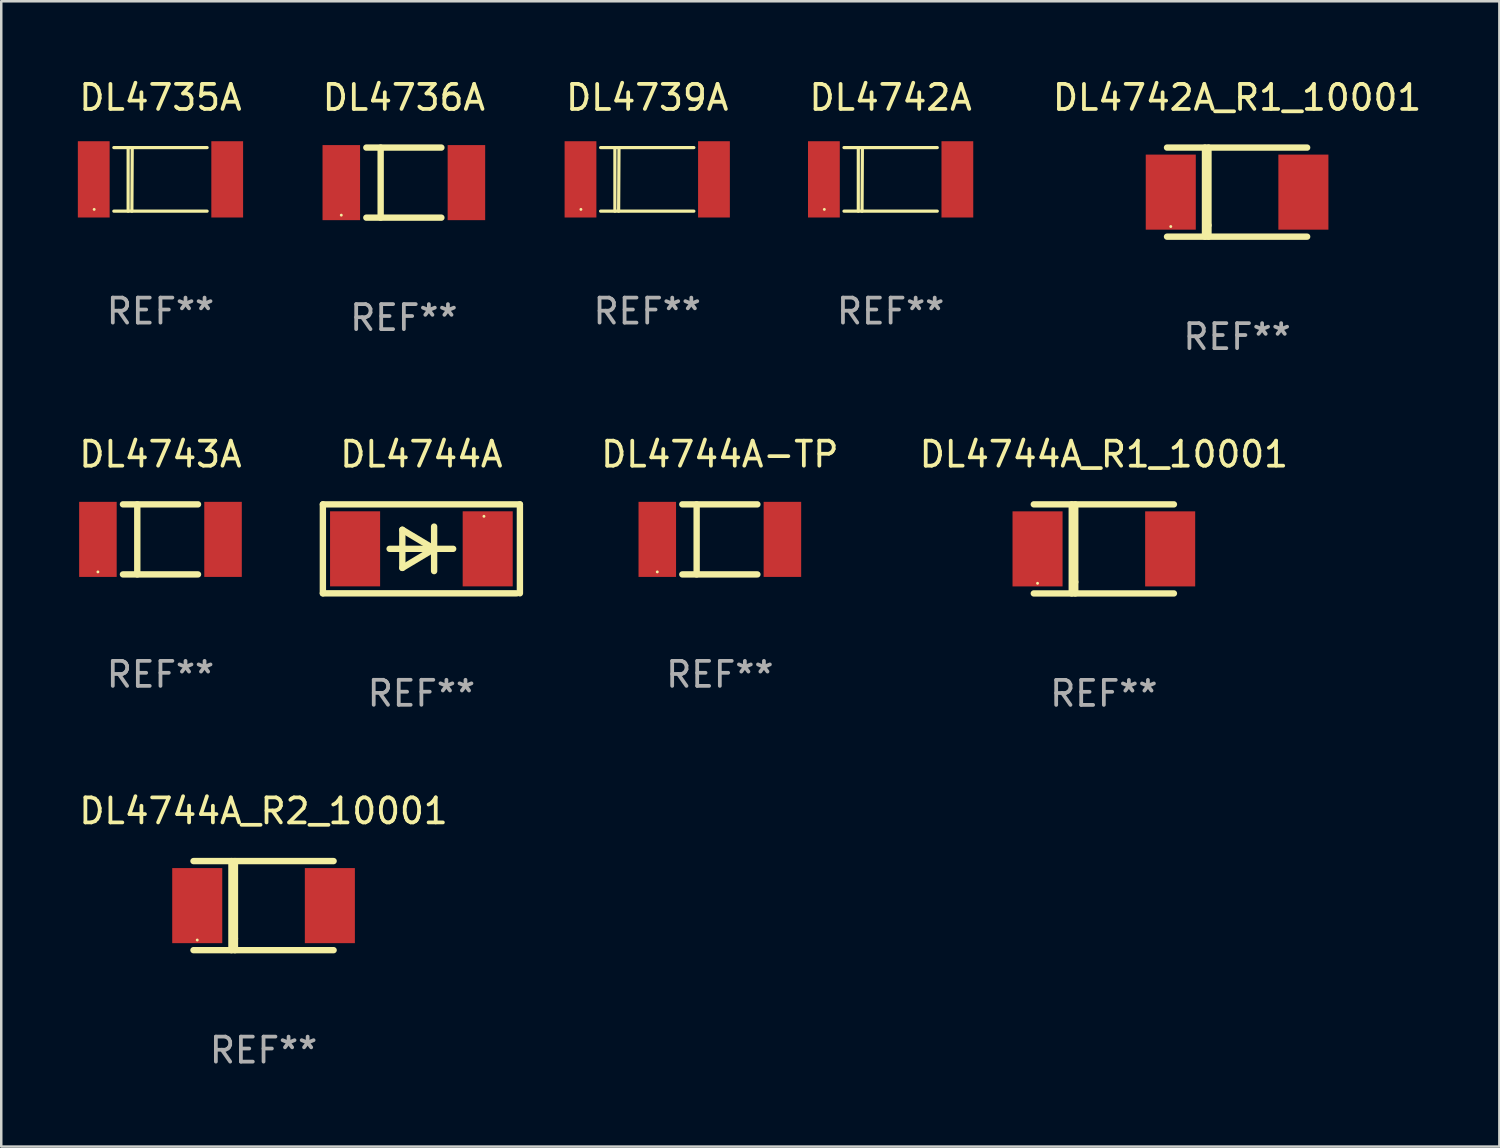
<source format=kicad_pcb>
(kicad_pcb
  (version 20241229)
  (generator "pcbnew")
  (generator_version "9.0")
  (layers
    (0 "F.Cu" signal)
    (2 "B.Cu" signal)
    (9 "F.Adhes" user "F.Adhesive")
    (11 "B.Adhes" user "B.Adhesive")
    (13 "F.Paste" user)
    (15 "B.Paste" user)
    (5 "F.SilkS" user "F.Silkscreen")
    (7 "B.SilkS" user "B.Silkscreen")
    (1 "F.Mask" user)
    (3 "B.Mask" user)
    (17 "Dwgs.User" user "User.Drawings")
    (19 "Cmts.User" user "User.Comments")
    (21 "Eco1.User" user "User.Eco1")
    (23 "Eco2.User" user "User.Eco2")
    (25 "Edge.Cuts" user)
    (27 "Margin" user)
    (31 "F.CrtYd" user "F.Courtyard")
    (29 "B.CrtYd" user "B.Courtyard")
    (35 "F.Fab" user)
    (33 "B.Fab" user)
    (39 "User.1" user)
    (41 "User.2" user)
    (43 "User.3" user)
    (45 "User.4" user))
  (footprint "DL4743A"
    (layer "F.Cu")
    (at 3.363 18.505)
    (property "Reference" "DL4743A" (at 0 -3.4 0) (layer "F.SilkS") (effects (font (size 1 1) (thickness 0.15))))
    (attr through_hole)
    (fp_line (start -1.5 -1.4) (end 1.5 -1.4) (stroke (width 0.254) (type solid)) (layer "F.SilkS"))
    (fp_line (start -1.5 1.4) (end 1.5 1.4) (stroke (width 0.254) (type solid)) (layer "F.SilkS"))
    (fp_line (start -0.927 -1.4) (end -0.927 1.4) (stroke (width 0.254) (type solid)) (layer "F.SilkS"))
    (fp_circle (center -2.5 1.3) (end -2.47 1.3) (stroke (width 0.06) (type solid)) (fill no) (layer "F.SilkS"))
    (fp_text user "REF**" (at 0 5.4 0) (layer "F.Fab") (effects (font (size 1 1) (thickness 0.15))))
    (pad "1" smd rect (at -2.5 0 90) (size 3 1.5) (layers "F.Cu" "F.Mask" "F.Paste"))
    (pad "2" smd rect (at 2.5 0 90) (size 3 1.5) (layers "F.Cu" "F.Mask" "F.Paste")))
  (footprint "DL4736A"
    (layer "F.Cu")
    (at 13.089 4.248)
    (property "Reference" "DL4736A" (at 0 -3.4 0) (layer "F.SilkS") (effects (font (size 1 1) (thickness 0.15))))
    (attr through_hole)
    (fp_line (start -1.5 -1.4) (end 1.5 -1.4) (stroke (width 0.254) (type solid)) (layer "F.SilkS"))
    (fp_line (start -1.5 1.4) (end 1.5 1.4) (stroke (width 0.254) (type solid)) (layer "F.SilkS"))
    (fp_line (start -0.927 -1.4) (end -0.927 1.4) (stroke (width 0.254) (type solid)) (layer "F.SilkS"))
    (fp_circle (center -2.5 1.3) (end -2.47 1.3) (stroke (width 0.06) (type solid)) (fill no) (layer "F.SilkS"))
    (fp_text user "REF**" (at 0 5.4 0) (layer "F.Fab") (effects (font (size 1 1) (thickness 0.15))))
    (pad "1" smd rect (at -2.5 0 90) (size 3 1.5) (layers "F.Cu" "F.Mask" "F.Paste"))
    (pad "2" smd rect (at 2.5 0 90) (size 3 1.5) (layers "F.Cu" "F.Mask" "F.Paste")))
  (footprint "DL4744A_R2_10001"
    (layer "F.Cu")
    (at 7.482 33.141)
    (property "Reference" "DL4744A_R2_10001" (at 0 -3.78 0) (layer "F.SilkS") (effects (font (size 1 1) (thickness 0.15))))
    (attr through_hole)
    (fp_line (start -2.8 -1.78) (end 2.8 -1.78) (stroke (width 0.254) (type solid)) (layer "F.SilkS"))
    (fp_line (start -2.8 1.78) (end 2.8 1.78) (stroke (width 0.254) (type solid)) (layer "F.SilkS"))
    (fp_line (start -1.283 -1.78) (end -1.283 1.78) (stroke (width 0.254) (type solid)) (layer "F.SilkS"))
    (fp_line (start -1.143 -1.78) (end -1.143 1.323) (stroke (width 0.254) (type solid)) (layer "F.SilkS"))
    (fp_line (start -1.143 1.323) (end -1.143 1.78) (stroke (width 0.254) (type solid)) (layer "F.SilkS"))
    (fp_circle (center -2.65 1.375) (end -2.62 1.375) (stroke (width 0.06) (type solid)) (fill no) (layer "F.SilkS"))
    (fp_text user "REF**" (at 0 5.78 0) (layer "F.Fab") (effects (font (size 1 1) (thickness 0.15))))
    (pad "1" smd rect (at -2.65 0) (size 2 3) (layers "F.Cu" "F.Mask" "F.Paste"))
    (pad "2" smd rect (at 2.65 0) (size 2 3) (layers "F.Cu" "F.Mask" "F.Paste")))
  (footprint "DL4744A_R1_10001"
    (layer "F.Cu")
    (at 41.063 18.885)
    (property "Reference" "DL4744A_R1_10001" (at 0 -3.78 0) (layer "F.SilkS") (effects (font (size 1 1) (thickness 0.15))))
    (attr through_hole)
    (fp_line (start -2.8 -1.78) (end 2.8 -1.78) (stroke (width 0.254) (type solid)) (layer "F.SilkS"))
    (fp_line (start -2.8 1.78) (end 2.8 1.78) (stroke (width 0.254) (type solid)) (layer "F.SilkS"))
    (fp_line (start -1.283 -1.78) (end -1.283 1.78) (stroke (width 0.254) (type solid)) (layer "F.SilkS"))
    (fp_line (start -1.143 -1.78) (end -1.143 1.323) (stroke (width 0.254) (type solid)) (layer "F.SilkS"))
    (fp_line (start -1.143 1.323) (end -1.143 1.78) (stroke (width 0.254) (type solid)) (layer "F.SilkS"))
    (fp_circle (center -2.65 1.375) (end -2.62 1.375) (stroke (width 0.06) (type solid)) (fill no) (layer "F.SilkS"))
    (fp_text user "REF**" (at 0 5.78 0) (layer "F.Fab") (effects (font (size 1 1) (thickness 0.15))))
    (pad "1" smd rect (at -2.65 0) (size 2 3) (layers "F.Cu" "F.Mask" "F.Paste"))
    (pad "2" smd rect (at 2.65 0) (size 2 3) (layers "F.Cu" "F.Mask" "F.Paste")))
  (footprint "DL4742A"
    (layer "F.Cu")
    (at 32.542 4.118)
    (property "Reference" "DL4742A" (at 0 -3.27 0) (layer "F.SilkS") (effects (font (size 1 1) (thickness 0.15))))
    (attr through_hole)
    (fp_line (start -1.292 1.27) (end -1.292 -1.27) (stroke (width 0.127) (type solid)) (layer "F.SilkS"))
    (fp_line (start -1.143 1.27) (end -1.129 -1.27) (stroke (width 0.127) (type solid)) (layer "F.SilkS"))
    (fp_line (start 1.864 -1.27) (end -1.864 -1.27) (stroke (width 0.127) (type solid)) (layer "F.SilkS"))
    (fp_line (start 1.864 1.27) (end -1.864 1.27) (stroke (width 0.127) (type solid)) (layer "F.SilkS"))
    (fp_circle (center -2.65 1.2) (end -2.62 1.2) (stroke (width 0.06) (type solid)) (fill no) (layer "F.SilkS"))
    (fp_text user "REF**" (at 0 5.27 0) (layer "F.Fab") (effects (font (size 1 1) (thickness 0.15))))
    (pad "1" smd rect (at -2.667 0) (size 1.27 3.048) (layers "F.Cu" "F.Mask" "F.Paste"))
    (pad "2" smd rect (at 2.667 0) (size 1.27 3.048) (layers "F.Cu" "F.Mask" "F.Paste")))
  (footprint "DL4744A-TP"
    (layer "F.Cu")
    (at 25.717 18.505)
    (property "Reference" "DL4744A-TP" (at 0 -3.4 0) (layer "F.SilkS") (effects (font (size 1 1) (thickness 0.15))))
    (attr through_hole)
    (fp_line (start -1.5 -1.4) (end 1.5 -1.4) (stroke (width 0.254) (type solid)) (layer "F.SilkS"))
    (fp_line (start -1.5 1.4) (end 1.5 1.4) (stroke (width 0.254) (type solid)) (layer "F.SilkS"))
    (fp_line (start -0.927 -1.4) (end -0.927 1.4) (stroke (width 0.254) (type solid)) (layer "F.SilkS"))
    (fp_circle (center -2.5 1.3) (end -2.47 1.3) (stroke (width 0.06) (type solid)) (fill no) (layer "F.SilkS"))
    (fp_text user "REF**" (at 0 5.4 0) (layer "F.Fab") (effects (font (size 1 1) (thickness 0.15))))
    (pad "1" smd rect (at -2.5 0 90) (size 3 1.5) (layers "F.Cu" "F.Mask" "F.Paste"))
    (pad "2" smd rect (at 2.5 0 90) (size 3 1.5) (layers "F.Cu" "F.Mask" "F.Paste")))
  (footprint "DL4735A"
    (layer "F.Cu")
    (at 3.363 4.118)
    (property "Reference" "DL4735A" (at 0 -3.27 0) (layer "F.SilkS") (effects (font (size 1 1) (thickness 0.15))))
    (attr through_hole)
    (fp_line (start -1.292 1.27) (end -1.292 -1.27) (stroke (width 0.127) (type solid)) (layer "F.SilkS"))
    (fp_line (start -1.143 1.27) (end -1.129 -1.27) (stroke (width 0.127) (type solid)) (layer "F.SilkS"))
    (fp_line (start 1.864 -1.27) (end -1.864 -1.27) (stroke (width 0.127) (type solid)) (layer "F.SilkS"))
    (fp_line (start 1.864 1.27) (end -1.864 1.27) (stroke (width 0.127) (type solid)) (layer "F.SilkS"))
    (fp_circle (center -2.65 1.2) (end -2.62 1.2) (stroke (width 0.06) (type solid)) (fill no) (layer "F.SilkS"))
    (fp_text user "REF**" (at 0 5.27 0) (layer "F.Fab") (effects (font (size 1 1) (thickness 0.15))))
    (pad "1" smd rect (at -2.667 0) (size 1.27 3.048) (layers "F.Cu" "F.Mask" "F.Paste"))
    (pad "2" smd rect (at 2.667 0) (size 1.27 3.048) (layers "F.Cu" "F.Mask" "F.Paste")))
  (footprint "DL4739A"
    (layer "F.Cu")
    (at 22.815 4.118)
    (property "Reference" "DL4739A" (at 0 -3.27 0) (layer "F.SilkS") (effects (font (size 1 1) (thickness 0.15))))
    (attr through_hole)
    (fp_line (start -1.292 1.27) (end -1.292 -1.27) (stroke (width 0.127) (type solid)) (layer "F.SilkS"))
    (fp_line (start -1.143 1.27) (end -1.129 -1.27) (stroke (width 0.127) (type solid)) (layer "F.SilkS"))
    (fp_line (start 1.864 -1.27) (end -1.864 -1.27) (stroke (width 0.127) (type solid)) (layer "F.SilkS"))
    (fp_line (start 1.864 1.27) (end -1.864 1.27) (stroke (width 0.127) (type solid)) (layer "F.SilkS"))
    (fp_circle (center -2.65 1.2) (end -2.62 1.2) (stroke (width 0.06) (type solid)) (fill no) (layer "F.SilkS"))
    (fp_text user "REF**" (at 0 5.27 0) (layer "F.Fab") (effects (font (size 1 1) (thickness 0.15))))
    (pad "1" smd rect (at -2.667 0) (size 1.27 3.048) (layers "F.Cu" "F.Mask" "F.Paste"))
    (pad "2" smd rect (at 2.667 0) (size 1.27 3.048) (layers "F.Cu" "F.Mask" "F.Paste")))
  (footprint "DL4744A"
    (layer "F.Cu")
    (at 13.79 18.883)
    (property "Reference" "DL4744A" (at 0 -3.778 0) (layer "F.SilkS") (effects (font (size 1 1) (thickness 0.15))))
    (attr through_hole)
    (fp_line (start -3.937 -1.778) (end 3.937 -1.778) (stroke (width 0.254) (type solid)) (layer "F.SilkS"))
    (fp_line (start -3.937 1.778) (end -3.937 -1.778) (stroke (width 0.254) (type solid)) (layer "F.SilkS"))
    (fp_line (start -0.762 -0.762) (end -0.762 0.762) (stroke (width 0.254) (type solid)) (layer "F.SilkS"))
    (fp_line (start 0.508 0) (end -0.762 -0.762) (stroke (width 0.254) (type solid)) (layer "F.SilkS"))
    (fp_line (start 0.508 0) (end -0.762 0.762) (stroke (width 0.254) (type solid)) (layer "F.SilkS"))
    (fp_line (start 0.508 0.889) (end 0.508 -0.889) (stroke (width 0.254) (type solid)) (layer "F.SilkS"))
    (fp_line (start 1.27 0) (end -1.27 0) (stroke (width 0.254) (type solid)) (layer "F.SilkS"))
    (fp_line (start 3.81 1.778) (end -3.937 1.778) (stroke (width 0.254) (type solid)) (layer "F.SilkS"))
    (fp_line (start 3.937 -1.778) (end 3.937 1.778) (stroke (width 0.254) (type solid)) (layer "F.SilkS"))
    (fp_circle (center 2.5 -1.3) (end 2.53 -1.3) (stroke (width 0.06) (type solid)) (fill no) (layer "F.SilkS"))
    (fp_text user "REF**" (at 0 5.778 0) (layer "F.Fab") (effects (font (size 1 1) (thickness 0.15))))
    (pad "1" smd rect (at 2.65 0 180) (size 2 3) (layers "F.Cu" "F.Mask" "F.Paste"))
    (pad "2" smd rect (at -2.65 0 180) (size 2 3) (layers "F.Cu" "F.Mask" "F.Paste")))
  (footprint "DL4742A_R1_10001"
    (layer "F.Cu")
    (at 46.387 4.628)
    (property "Reference" "DL4742A_R1_10001" (at 0 -3.78 0) (layer "F.SilkS") (effects (font (size 1 1) (thickness 0.15))))
    (attr through_hole)
    (fp_line (start -2.8 -1.78) (end 2.8 -1.78) (stroke (width 0.254) (type solid)) (layer "F.SilkS"))
    (fp_line (start -2.8 1.78) (end 2.8 1.78) (stroke (width 0.254) (type solid)) (layer "F.SilkS"))
    (fp_line (start -1.283 -1.78) (end -1.283 1.78) (stroke (width 0.254) (type solid)) (layer "F.SilkS"))
    (fp_line (start -1.143 -1.78) (end -1.143 1.323) (stroke (width 0.254) (type solid)) (layer "F.SilkS"))
    (fp_line (start -1.143 1.323) (end -1.143 1.78) (stroke (width 0.254) (type solid)) (layer "F.SilkS"))
    (fp_circle (center -2.65 1.375) (end -2.62 1.375) (stroke (width 0.06) (type solid)) (fill no) (layer "F.SilkS"))
    (fp_text user "REF**" (at 0 5.78 0) (layer "F.Fab") (effects (font (size 1 1) (thickness 0.15))))
    (pad "1" smd rect (at -2.65 0) (size 2 3) (layers "F.Cu" "F.Mask" "F.Paste"))
    (pad "2" smd rect (at 2.65 0) (size 2 3) (layers "F.Cu" "F.Mask" "F.Paste")))
  (gr_rect
    (start -3 -3)
    (end 56.869 42.77)
    (stroke (width 0.1) (type default))
    (fill no)
    (layer "Edge.Cuts")))
</source>
